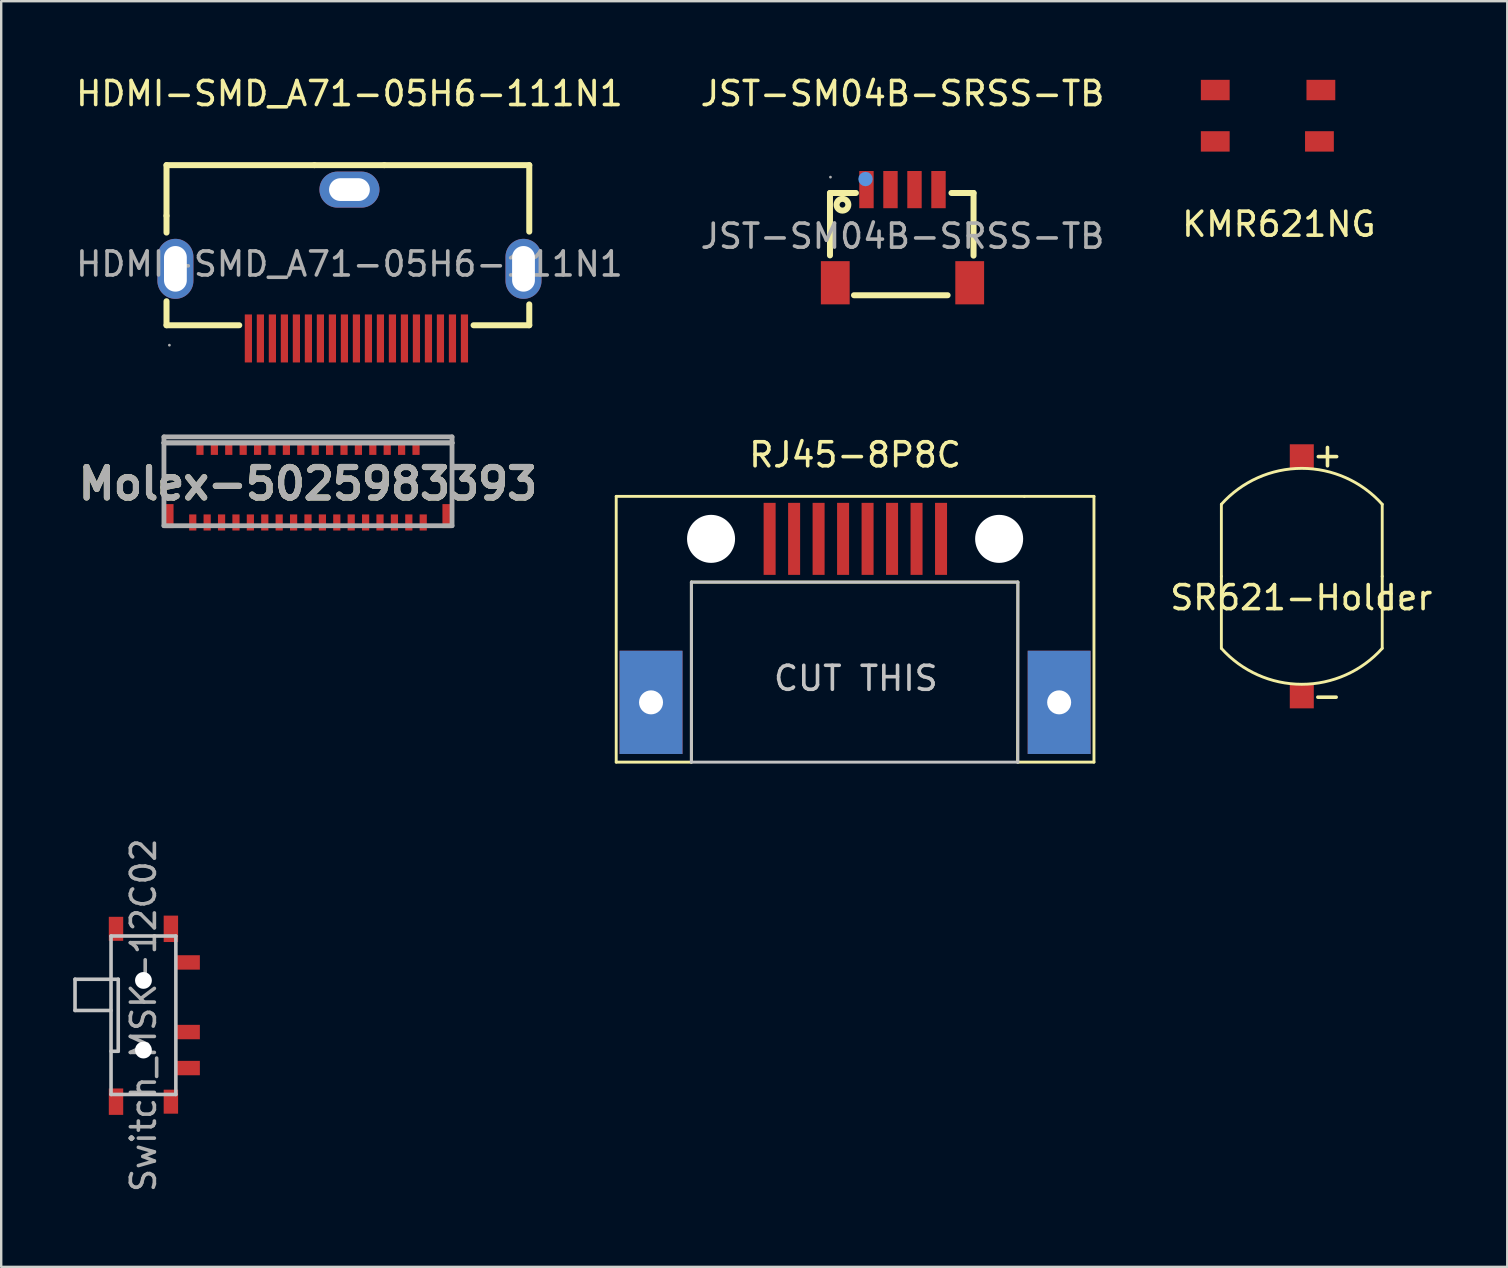
<source format=kicad_pcb>
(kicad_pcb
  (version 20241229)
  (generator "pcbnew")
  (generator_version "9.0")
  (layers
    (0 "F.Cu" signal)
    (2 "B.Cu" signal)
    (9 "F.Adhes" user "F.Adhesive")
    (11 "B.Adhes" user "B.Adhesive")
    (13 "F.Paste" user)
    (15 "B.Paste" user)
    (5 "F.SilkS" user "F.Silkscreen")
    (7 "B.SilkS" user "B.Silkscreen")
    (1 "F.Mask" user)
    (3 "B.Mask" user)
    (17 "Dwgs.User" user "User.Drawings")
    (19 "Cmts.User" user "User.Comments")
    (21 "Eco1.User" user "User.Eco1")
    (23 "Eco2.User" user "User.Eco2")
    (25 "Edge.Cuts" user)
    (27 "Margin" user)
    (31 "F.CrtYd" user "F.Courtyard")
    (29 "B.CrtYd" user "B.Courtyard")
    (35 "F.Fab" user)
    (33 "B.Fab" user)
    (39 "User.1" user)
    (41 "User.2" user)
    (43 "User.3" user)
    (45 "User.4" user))
  (footprint "SR621-Holder"
    (layer "F.Cu")
    (at 51.175 20.956)
    (property "Reference" "SR621-Holder" (at -0.02 0.89 0) (layer "F.SilkS") (effects (font (size 1 1) (thickness 0.15))))
    (attr through_hole)
    (fp_line (start -3.35 0) (end -3.35 -3) (stroke (width 0.12) (type solid)) (layer "F.SilkS"))
    (fp_line (start -3.35 0) (end -3.35 3) (stroke (width 0.12) (type solid)) (layer "F.SilkS"))
    (fp_line (start 3.35 0) (end 3.35 -3) (stroke (width 0.12) (type solid)) (layer "F.SilkS"))
    (fp_line (start 3.35 0) (end 3.35 3) (stroke (width 0.12) (type solid)) (layer "F.SilkS"))
    (fp_arc (start -3.349999 -2.999999) (mid 0 -4.496942) (end 3.349999 -2.999999) (stroke (width 0.12) (type solid)) (layer "F.SilkS"))
    (fp_arc (start 3.349999 2.999999) (mid 0 4.496942) (end -3.349999 2.999999) (stroke (width 0.12) (type solid)) (layer "F.SilkS"))
    (fp_text user "+" (at 1.07 -5.06 0) (layer "F.SilkS") (effects (font (size 1 1) (thickness 0.15))))
    (fp_text user "-" (at 1.05 4.96 0) (layer "F.SilkS") (effects (font (size 1 1) (thickness 0.15))))
    (pad "1" smd trapezoid (at 0 -5) (size 1 1) (layers "F.Cu" "F.Mask" "F.Paste"))
    (pad "2" smd trapezoid (at 0 5) (size 1 1) (layers "F.Cu" "F.Mask" "F.Paste")))
  (footprint "Molex-5025983393"
    (layer "F.Cu")
    (at 9.779 16.998)
    (property "Reference" "Molex-5025983393" (at 0 0.1 0) (layer "F.SilkS") (effects (font (size 1.27 1.27) (thickness 0.254))))
    (attr smd)
    (fp_line (start -6 -1.6) (end -5 -1.6) (stroke (width 0.1) (type solid)) (layer "F.SilkS"))
    (fp_line (start -6 0.35) (end -6 -1.6) (stroke (width 0.1) (type solid)) (layer "F.SilkS"))
    (fp_line (start -5.3 1.85) (end -5.2 1.85) (stroke (width 0.1) (type solid)) (layer "F.SilkS"))
    (fp_line (start 5 -1.6) (end 6 -1.6) (stroke (width 0.1) (type solid)) (layer "F.SilkS"))
    (fp_line (start 5.2 1.85) (end 5.3 1.85) (stroke (width 0.1) (type solid)) (layer "F.SilkS"))
    (fp_line (start 6 -1.6) (end 6 0.35) (stroke (width 0.1) (type solid)) (layer "F.SilkS"))
    (fp_line (start -6 -1.85) (end -6 -1.6) (stroke (width 0.2) (type solid)) (layer "F.Fab"))
    (fp_line (start -6 -1.6) (end 6 -1.6) (stroke (width 0.2) (type solid)) (layer "F.Fab"))
    (fp_line (start -6 -1.6) (end 6 -1.6) (stroke (width 0.2) (type solid)) (layer "F.Fab"))
    (fp_line (start -6 1.85) (end -6 -1.6) (stroke (width 0.2) (type solid)) (layer "F.Fab"))
    (fp_line (start 6 -1.85) (end -6 -1.85) (stroke (width 0.2) (type solid)) (layer "F.Fab"))
    (fp_line (start 6 -1.6) (end 6 -1.85) (stroke (width 0.2) (type solid)) (layer "F.Fab"))
    (fp_line (start 6 -1.6) (end 6 1.85) (stroke (width 0.2) (type solid)) (layer "F.Fab"))
    (fp_line (start 6 1.85) (end -6 1.85) (stroke (width 0.2) (type solid)) (layer "F.Fab"))
    (fp_text user "${REFERENCE}" (at 0 0.1 0) (layer "F.Fab") (effects (font (size 1.27 1.27) (thickness 0.254))))
    (pad "1" smd rect (at -4.8 1.715) (size 0.3 0.67) (layers "F.Cu" "F.Mask" "F.Paste"))
    (pad "2" smd rect (at -4.5 -1.35) (size 0.3 0.5) (layers "F.Cu" "F.Mask" "F.Paste"))
    (pad "3" smd rect (at -4.2 1.715) (size 0.3 0.67) (layers "F.Cu" "F.Mask" "F.Paste"))
    (pad "4" smd rect (at -3.9 -1.35) (size 0.3 0.5) (layers "F.Cu" "F.Mask" "F.Paste"))
    (pad "5" smd rect (at -3.6 1.715) (size 0.3 0.67) (layers "F.Cu" "F.Mask" "F.Paste"))
    (pad "6" smd rect (at -3.3 -1.35) (size 0.3 0.5) (layers "F.Cu" "F.Mask" "F.Paste"))
    (pad "7" smd rect (at -3 1.715) (size 0.3 0.67) (layers "F.Cu" "F.Mask" "F.Paste"))
    (pad "8" smd rect (at -2.7 -1.35) (size 0.3 0.5) (layers "F.Cu" "F.Mask" "F.Paste"))
    (pad "9" smd rect (at -2.4 1.715) (size 0.3 0.67) (layers "F.Cu" "F.Mask" "F.Paste"))
    (pad "10" smd rect (at -2.1 -1.35) (size 0.3 0.5) (layers "F.Cu" "F.Mask" "F.Paste"))
    (pad "11" smd rect (at -1.8 1.715) (size 0.3 0.67) (layers "F.Cu" "F.Mask" "F.Paste"))
    (pad "12" smd rect (at -1.5 -1.35) (size 0.3 0.5) (layers "F.Cu" "F.Mask" "F.Paste"))
    (pad "13" smd rect (at -1.2 1.715) (size 0.3 0.67) (layers "F.Cu" "F.Mask" "F.Paste"))
    (pad "14" smd rect (at -0.9 -1.35) (size 0.3 0.5) (layers "F.Cu" "F.Mask" "F.Paste"))
    (pad "15" smd rect (at -0.6 1.715) (size 0.3 0.67) (layers "F.Cu" "F.Mask" "F.Paste"))
    (pad "16" smd rect (at -0.3 -1.35) (size 0.3 0.5) (layers "F.Cu" "F.Mask" "F.Paste"))
    (pad "17" smd rect (at 0 1.715) (size 0.3 0.67) (layers "F.Cu" "F.Mask" "F.Paste"))
    (pad "18" smd rect (at 0.3 -1.35) (size 0.3 0.5) (layers "F.Cu" "F.Mask" "F.Paste"))
    (pad "19" smd rect (at 0.6 1.715) (size 0.3 0.67) (layers "F.Cu" "F.Mask" "F.Paste"))
    (pad "20" smd rect (at 0.9 -1.35) (size 0.3 0.5) (layers "F.Cu" "F.Mask" "F.Paste"))
    (pad "21" smd rect (at 1.2 1.715) (size 0.3 0.67) (layers "F.Cu" "F.Mask" "F.Paste"))
    (pad "22" smd rect (at 1.5 -1.35) (size 0.3 0.5) (layers "F.Cu" "F.Mask" "F.Paste"))
    (pad "23" smd rect (at 1.8 1.715) (size 0.3 0.67) (layers "F.Cu" "F.Mask" "F.Paste"))
    (pad "24" smd rect (at 2.1 -1.35) (size 0.3 0.5) (layers "F.Cu" "F.Mask" "F.Paste"))
    (pad "25" smd rect (at 2.4 1.715) (size 0.3 0.67) (layers "F.Cu" "F.Mask" "F.Paste"))
    (pad "26" smd rect (at 2.7 -1.35) (size 0.3 0.5) (layers "F.Cu" "F.Mask" "F.Paste"))
    (pad "27" smd rect (at 3 1.715) (size 0.3 0.67) (layers "F.Cu" "F.Mask" "F.Paste"))
    (pad "28" smd rect (at 3.3 -1.35) (size 0.3 0.5) (layers "F.Cu" "F.Mask" "F.Paste"))
    (pad "29" smd rect (at 3.6 1.715) (size 0.3 0.67) (layers "F.Cu" "F.Mask" "F.Paste"))
    (pad "30" smd rect (at 3.9 -1.35) (size 0.3 0.5) (layers "F.Cu" "F.Mask" "F.Paste"))
    (pad "31" smd rect (at 4.2 1.715) (size 0.3 0.67) (layers "F.Cu" "F.Mask" "F.Paste"))
    (pad "32" smd rect (at 4.5 -1.35) (size 0.3 0.5) (layers "F.Cu" "F.Mask" "F.Paste"))
    (pad "33" smd rect (at 4.8 1.715) (size 0.3 0.67) (layers "F.Cu" "F.Mask" "F.Paste"))
    (pad "MP1" smd rect (at -5.775 1.45) (size 0.35 1) (layers "F.Cu" "F.Mask" "F.Paste"))
    (pad "MP2" smd rect (at 5.775 1.45) (size 0.35 1) (layers "F.Cu" "F.Mask" "F.Paste")))
  (footprint "Switch_MSK-12C02"
    (layer "F.Cu")
    (at 1.575 39.239)
    (property "Reference" "Switch_MSK-12C02" (at 1.35 0 90) (layer "F.Fab") (effects (font (size 1 1) (thickness 0.15))))
    (attr smd)
    (fp_line (start -1.5 -1.5) (end 0 -1.5) (stroke (width 0.15) (type solid)) (layer "Dwgs.User"))
    (fp_line (start -1.5 -0.2) (end -1.5 -1.5) (stroke (width 0.15) (type solid)) (layer "Dwgs.User"))
    (fp_line (start 0 -3.3) (end 0 3.3) (stroke (width 0.15) (type solid)) (layer "Dwgs.User"))
    (fp_line (start 0 -3.3) (end 2.7 -3.3) (stroke (width 0.15) (type solid)) (layer "Dwgs.User"))
    (fp_line (start 0 -0.2) (end -1.5 -0.2) (stroke (width 0.15) (type solid)) (layer "Dwgs.User"))
    (fp_line (start 0 3.3) (end 2.7 3.3) (stroke (width 0.15) (type solid)) (layer "Dwgs.User"))
    (fp_line (start 0.3 -1.5) (end 0 -1.5) (stroke (width 0.15) (type solid)) (layer "Dwgs.User"))
    (fp_line (start 0.3 1.5) (end 0 1.5) (stroke (width 0.15) (type solid)) (layer "Dwgs.User"))
    (fp_line (start 0.3 1.5) (end 0.3 -1.5) (stroke (width 0.15) (type solid)) (layer "Dwgs.User"))
    (fp_line (start 2.7 -3.3) (end 2.7 3.3) (stroke (width 0.15) (type solid)) (layer "Dwgs.User"))
    (pad "" smd rect (at 0.207 -3.6 90) (size 1 0.6) (layers "F.Cu" "F.Mask" "F.Paste"))
    (pad "" smd rect (at 0.207 3.6 90) (size 1.1 0.6) (layers "F.Cu" "F.Mask" "F.Paste"))
    (pad "" np_thru_hole circle (at 1.35 -1.45 180) (size 0.7 0.7) (drill 0.7) (layers "*.Cu" "*.Mask"))
    (pad "" np_thru_hole circle (at 1.35 1.45 180) (size 0.7 0.7) (drill 0.7) (layers "*.Cu" "*.Mask"))
    (pad "" smd rect (at 2.493 -3.6 90) (size 1.1 0.6) (layers "F.Cu" "F.Mask" "F.Paste"))
    (pad "" smd rect (at 2.493 3.6 90) (size 1 0.6) (layers "F.Cu" "F.Mask" "F.Paste"))
    (pad "1" smd rect (at 3.2 -2.2 180) (size 1 0.6) (layers "F.Cu" "F.Mask" "F.Paste"))
    (pad "2" smd rect (at 3.2 0.7 180) (size 1 0.6) (layers "F.Cu" "F.Mask" "F.Paste"))
    (pad "3" smd rect (at 3.2 2.2 180) (size 1 0.6) (layers "F.Cu" "F.Mask" "F.Paste")))
  (footprint "RJ45-8P8C"
    (layer "F.Cu")
    (at 32.568 15.396)
    (property "Reference" "RJ45-8P8C" (at 0 0.5 0) (layer "F.SilkS") (effects (font (size 1 1) (thickness 0.15))))
    (attr through_hole)
    (fp_line (start -9.95 2.23) (end 7.05 2.23) (stroke (width 0.12) (type solid)) (layer "F.SilkS"))
    (fp_line (start -9.95 13.3) (end -9.95 2.23) (stroke (width 0.12) (type solid)) (layer "F.SilkS"))
    (fp_line (start -9.95 13.3) (end -6.82 13.3) (stroke (width 0.12) (type solid)) (layer "F.SilkS"))
    (fp_line (start -6.82 13.3) (end -6.82 5.8) (stroke (width 0.12) (type solid)) (layer "F.SilkS"))
    (fp_line (start 6.77 13.3) (end 6.78 5.8) (stroke (width 0.12) (type solid)) (layer "F.SilkS"))
    (fp_line (start 6.78 5.8) (end -6.82 5.8) (stroke (width 0.12) (type solid)) (layer "F.SilkS"))
    (fp_line (start 7.05 2.23) (end 9.95 2.23) (stroke (width 0.12) (type solid)) (layer "F.SilkS"))
    (fp_line (start 9.95 2.23) (end 9.95 13.3) (stroke (width 0.12) (type solid)) (layer "F.SilkS"))
    (fp_line (start 9.95 13.3) (end 6.77 13.3) (stroke (width 0.12) (type solid)) (layer "F.SilkS"))
    (fp_line (start -6.82 5.8) (end -6.82 13.3) (stroke (width 0.12) (type solid)) (layer "Dwgs.User"))
    (fp_line (start -6.82 5.8) (end 6.78 5.8) (stroke (width 0.12) (type solid)) (layer "Dwgs.User"))
    (fp_line (start -6.82 13.3) (end 6.78 13.3) (stroke (width 0.12) (type solid)) (layer "Dwgs.User"))
    (fp_line (start 6.78 13.3) (end 6.78 5.8) (stroke (width 0.12) (type solid)) (layer "Dwgs.User"))
    (fp_text user "CUT THIS" (at 0.03 9.81 0) (layer "Dwgs.User") (effects (font (size 1 1) (thickness 0.15))))
    (pad "" np_thru_hole circle (at -6 4) (size 2 2) (drill 2) (layers "*.Cu" "*.Mask"))
    (pad "" np_thru_hole circle (at 6 4) (size 2 2) (drill 2) (layers "*.Cu" "*.Mask"))
    (pad "1" smd rect (at -3.56 4) (size 0.5 3) (layers "F.Cu" "F.Mask" "F.Paste"))
    (pad "2" smd rect (at -2.54 4) (size 0.5 3) (layers "F.Cu" "F.Mask" "F.Paste"))
    (pad "3" smd rect (at -1.52 4) (size 0.5 3) (layers "F.Cu" "F.Mask" "F.Paste"))
    (pad "4" smd rect (at -0.5 4) (size 0.5 3) (layers "F.Cu" "F.Mask" "F.Paste"))
    (pad "5" smd rect (at 0.52 4) (size 0.5 3) (layers "F.Cu" "F.Mask" "F.Paste"))
    (pad "6" smd rect (at 1.54 4) (size 0.5 3) (layers "F.Cu" "F.Mask" "F.Paste"))
    (pad "7" smd rect (at 2.56 4) (size 0.5 3) (layers "F.Cu" "F.Mask" "F.Paste"))
    (pad "8" smd rect (at 3.58 4) (size 0.5 3) (layers "F.Cu" "F.Mask" "F.Paste"))
    (pad "~" thru_hole rect (at -8.5 10.81) (size 2.62 4.3) (drill 1) (layers "*.Cu" "*.Mask"))
    (pad "~" thru_hole rect (at 8.5 10.81) (size 2.62 4.3) (drill 1) (layers "*.Cu" "*.Mask")))
  (footprint "JST-SM04B-SRSS-TB"
    (layer "F.Cu")
    (at 34.542 6.788)
    (property "Reference" "JST-SM04B-SRSS-TB" (at 0 -5.94 0) (layer "F.SilkS") (effects (font (size 1 1) (thickness 0.15))))
    (attr smd)
    (fp_line (start -3.02 -1.8) (end -3.02 0.8) (stroke (width 0.25) (type solid)) (layer "F.SilkS"))
    (fp_line (start -2.02 2.46) (end 1.88 2.46) (stroke (width 0.25) (type solid)) (layer "F.SilkS"))
    (fp_line (start -1.94 -1.8) (end -3.02 -1.8) (stroke (width 0.25) (type solid)) (layer "F.SilkS"))
    (fp_line (start 2.04 -1.8) (end 2.96 -1.8) (stroke (width 0.25) (type solid)) (layer "F.SilkS"))
    (fp_line (start 2.96 -1.8) (end 2.96 0.81) (stroke (width 0.25) (type solid)) (layer "F.SilkS"))
    (fp_circle (center -2.5 -1.31) (end -2.38 -1.31) (stroke (width 0.25) (type solid)) (fill no) (layer "F.SilkS"))
    (fp_circle (center -1.54 -2.38) (end -1.39 -2.38) (stroke (width 0.3) (type solid)) (fill no) (layer "Cmts.User"))
    (fp_circle (center -3 -2.46) (end -2.97 -2.46) (stroke (width 0.06) (type solid)) (fill no) (layer "F.Fab"))
    (fp_text user "${REFERENCE}" (at 0 0 0) (layer "F.Fab") (effects (font (size 1 1) (thickness 0.15))))
    (pad "1" smd rect (at -1.5 -1.94) (size 0.6 1.55) (layers "F.Cu" "F.Mask" "F.Paste"))
    (pad "2" smd rect (at -0.5 -1.94) (size 0.6 1.55) (layers "F.Cu" "F.Mask" "F.Paste"))
    (pad "3" smd rect (at 0.5 -1.94) (size 0.6 1.55) (layers "F.Cu" "F.Mask" "F.Paste"))
    (pad "4" smd rect (at 1.5 -1.94) (size 0.6 1.55) (layers "F.Cu" "F.Mask" "F.Paste"))
    (pad "5" smd rect (at 2.8 1.94) (size 1.2 1.8) (layers "F.Cu" "F.Mask" "F.Paste"))
    (pad "6" smd rect (at -2.8 1.94) (size 1.2 1.8) (layers "F.Cu" "F.Mask" "F.Paste")))
  (footprint "KMR621NG"
    (layer "F.Cu")
    (at 49.69 1.83)
    (property "Reference" "KMR621NG" (at 0.53 4.46 0) (layer "F.SilkS") (effects (font (size 1 1) (thickness 0.15))))
    (attr through_hole)
    (fp_line (start -2.92 -1.77) (end -2.92 -1.17) (stroke (width 0.12) (type solid)) (layer "F.Mask"))
    (fp_line (start -2.92 1.63) (end -2.92 1.03) (stroke (width 0.12) (type solid)) (layer "F.Mask"))
    (fp_line (start -2.12 -1.77) (end -2.92 -1.77) (stroke (width 0.12) (type solid)) (layer "F.Mask"))
    (fp_line (start -2.12 1.63) (end -2.92 1.63) (stroke (width 0.12) (type solid)) (layer "F.Mask"))
    (fp_line (start 2.23 1.63) (end 3.08 1.63) (stroke (width 0.12) (type solid)) (layer "F.Mask"))
    (fp_line (start 2.28 -1.77) (end 3.08 -1.77) (stroke (width 0.12) (type solid)) (layer "F.Mask"))
    (fp_line (start 3.08 -1.77) (end 3.08 -1.17) (stroke (width 0.12) (type solid)) (layer "F.Mask"))
    (fp_line (start 3.08 1.63) (end 3.08 1.03) (stroke (width 0.12) (type solid)) (layer "F.Mask"))
    (pad "1" smd rect (at -2.12 -1.13) (size 1.2 0.85) (layers "F.Cu" "F.Mask" "F.Paste"))
    (pad "1" smd rect (at 2.28 -1.13) (size 1.2 0.85) (layers "F.Cu" "F.Mask" "F.Paste"))
    (pad "2" smd rect (at -2.12 1.01) (size 1.2 0.85) (layers "F.Cu" "F.Mask" "F.Paste"))
    (pad "2" smd rect (at 2.22 1.01) (size 1.2 0.85) (layers "F.Cu" "F.Mask" "F.Paste")))
  (footprint "HDMI-SMD_A71-05H6-111N1"
    (layer "F.Cu")
    (at 11.506 7.948)
    (property "Reference" "HDMI-SMD_A71-05H6-111N1" (at 0 -7.1 0) (layer "F.SilkS") (effects (font (size 1 1) (thickness 0.15))))
    (attr smd)
    (fp_line (start -7.62 -4.12) (end -7.62 -2.01) (stroke (width 0.25) (type solid)) (layer "F.SilkS"))
    (fp_line (start -7.62 -2.01) (end -7.62 -1.31) (stroke (width 0.25) (type solid)) (layer "F.SilkS"))
    (fp_line (start -7.62 1.55) (end -7.62 2.55) (stroke (width 0.25) (type solid)) (layer "F.SilkS"))
    (fp_line (start -7.62 2.55) (end -4.59 2.55) (stroke (width 0.25) (type solid)) (layer "F.SilkS"))
    (fp_line (start -1.46 -4.12) (end -7.62 -4.12) (stroke (width 0.25) (type solid)) (layer "F.SilkS"))
    (fp_line (start -1.46 -4.12) (end 1.45 -4.12) (stroke (width 0.25) (type solid)) (layer "F.SilkS"))
    (fp_line (start 5.17 2.55) (end 7.49 2.55) (stroke (width 0.25) (type solid)) (layer "F.SilkS"))
    (fp_line (start 7.49 -4.12) (end 1.45 -4.12) (stroke (width 0.25) (type solid)) (layer "F.SilkS"))
    (fp_line (start 7.49 -1.35) (end 7.49 -4.12) (stroke (width 0.25) (type solid)) (layer "F.SilkS"))
    (fp_line (start 7.49 2.55) (end 7.49 1.68) (stroke (width 0.25) (type solid)) (layer "F.SilkS"))
    (fp_circle (center -7.5 3.38) (end -7.47 3.38) (stroke (width 0.06) (type solid)) (fill no) (layer "F.Fab"))
    (fp_text user "${REFERENCE}" (at 0 0 0) (layer "F.Fab") (effects (font (size 1 1) (thickness 0.15))))
    (pad "1" smd rect (at -4.21 3.1 180) (size 0.3 2) (layers "F.Cu" "F.Mask" "F.Paste"))
    (pad "2" smd rect (at -3.71 3.1 180) (size 0.3 2) (layers "F.Cu" "F.Mask" "F.Paste"))
    (pad "3" smd rect (at -3.21 3.1 180) (size 0.3 2) (layers "F.Cu" "F.Mask" "F.Paste"))
    (pad "4" smd rect (at -2.71 3.1 180) (size 0.3 2) (layers "F.Cu" "F.Mask" "F.Paste"))
    (pad "5" smd rect (at -2.21 3.1 180) (size 0.3 2) (layers "F.Cu" "F.Mask" "F.Paste"))
    (pad "6" smd rect (at -1.71 3.1 180) (size 0.3 2) (layers "F.Cu" "F.Mask" "F.Paste"))
    (pad "7" smd rect (at -1.21 3.1 180) (size 0.3 2) (layers "F.Cu" "F.Mask" "F.Paste"))
    (pad "8" smd rect (at -0.71 3.1 180) (size 0.3 2) (layers "F.Cu" "F.Mask" "F.Paste"))
    (pad "9" smd rect (at -0.21 3.1 180) (size 0.3 2) (layers "F.Cu" "F.Mask" "F.Paste"))
    (pad "10" smd rect (at 0.29 3.1 180) (size 0.3 2) (layers "F.Cu" "F.Mask" "F.Paste"))
    (pad "11" smd rect (at 0.79 3.1 180) (size 0.3 2) (layers "F.Cu" "F.Mask" "F.Paste"))
    (pad "12" smd rect (at 1.29 3.1 180) (size 0.3 2) (layers "F.Cu" "F.Mask" "F.Paste"))
    (pad "13" smd rect (at 1.79 3.1 180) (size 0.3 2) (layers "F.Cu" "F.Mask" "F.Paste"))
    (pad "14" smd rect (at 2.29 3.1 180) (size 0.3 2) (layers "F.Cu" "F.Mask" "F.Paste"))
    (pad "15" smd rect (at 2.79 3.1 180) (size 0.3 2) (layers "F.Cu" "F.Mask" "F.Paste"))
    (pad "16" smd rect (at 3.29 3.1 180) (size 0.3 2) (layers "F.Cu" "F.Mask" "F.Paste"))
    (pad "17" smd rect (at 3.79 3.1 180) (size 0.3 2) (layers "F.Cu" "F.Mask" "F.Paste"))
    (pad "18" smd rect (at 4.29 3.1 180) (size 0.3 2) (layers "F.Cu" "F.Mask" "F.Paste"))
    (pad "19" smd rect (at 4.79 3.1 180) (size 0.3 2) (layers "F.Cu" "F.Mask" "F.Paste"))
    (pad "SH" thru_hole oval (at -7.25 0.2 180) (size 1.5 2.5) (drill oval 0.95 1.9) (layers "*.Cu" "*.Mask"))
    (pad "SH" thru_hole oval (at 0 -3.1 270) (size 1.5 2.5) (drill oval 0.95 1.7) (layers "*.Cu" "*.Mask"))
    (pad "SH" thru_hole oval (at 7.25 0.2 180) (size 1.5 2.5) (drill oval 0.95 1.9) (layers "*.Cu" "*.Mask")))
  (gr_rect
    (start -3 -3)
    (end 59.733 49.721)
    (stroke (width 0.1) (type default))
    (fill no)
    (layer "Edge.Cuts")))
</source>
